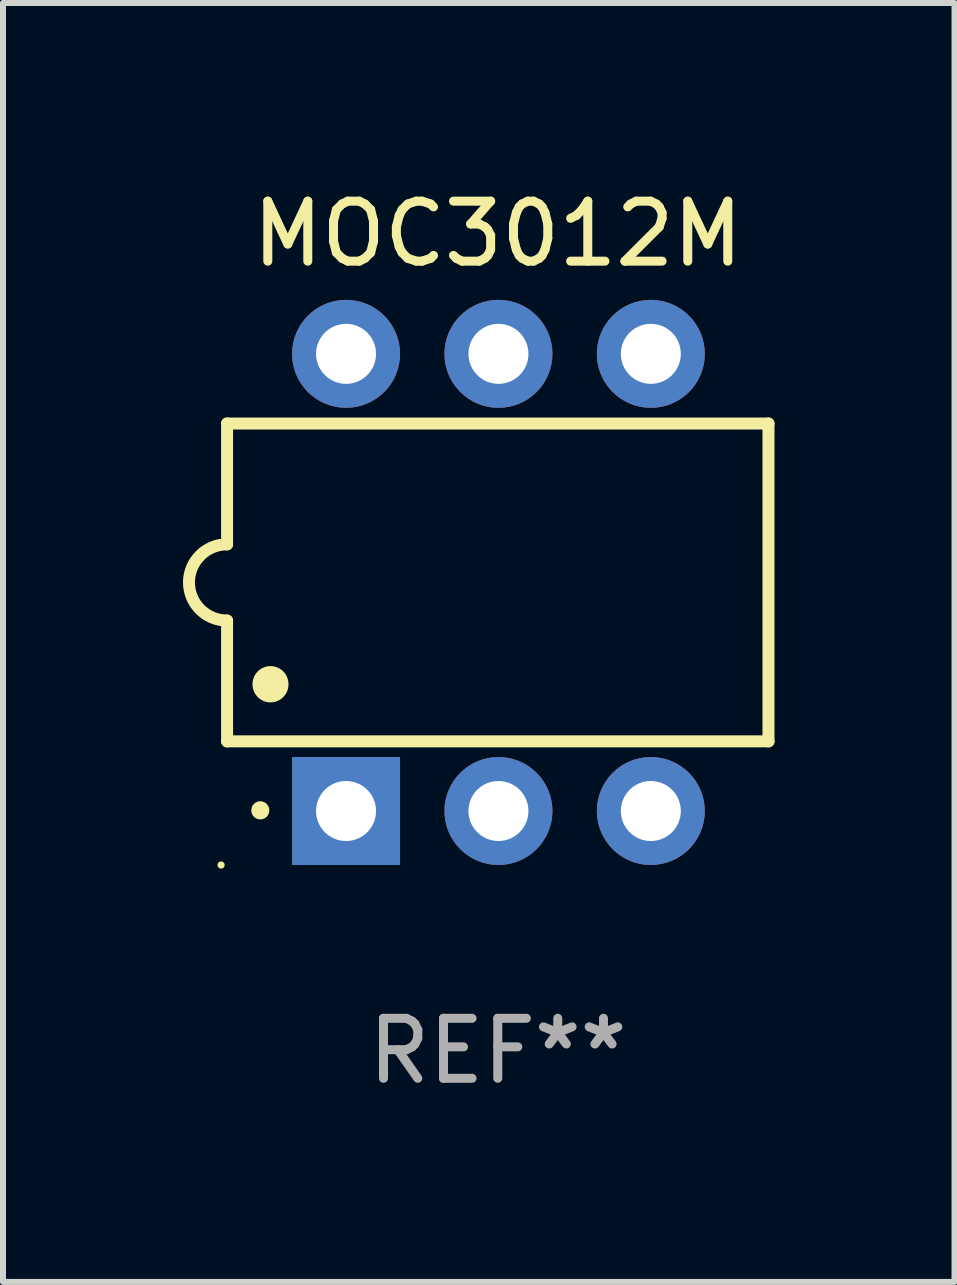
<source format=kicad_pcb>
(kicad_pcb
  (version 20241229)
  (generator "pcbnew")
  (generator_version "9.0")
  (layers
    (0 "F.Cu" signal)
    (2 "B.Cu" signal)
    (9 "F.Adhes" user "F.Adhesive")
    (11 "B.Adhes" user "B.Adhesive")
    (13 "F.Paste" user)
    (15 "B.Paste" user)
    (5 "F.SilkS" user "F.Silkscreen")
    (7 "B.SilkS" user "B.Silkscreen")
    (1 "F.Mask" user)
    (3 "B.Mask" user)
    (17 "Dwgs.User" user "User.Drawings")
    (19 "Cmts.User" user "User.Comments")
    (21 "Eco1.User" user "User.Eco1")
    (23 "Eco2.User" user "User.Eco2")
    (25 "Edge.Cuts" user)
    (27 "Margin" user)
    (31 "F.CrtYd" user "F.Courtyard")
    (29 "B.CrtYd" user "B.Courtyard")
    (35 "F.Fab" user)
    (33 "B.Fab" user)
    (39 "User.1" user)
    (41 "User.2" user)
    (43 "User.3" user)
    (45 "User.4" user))
  (footprint "MOC3012M"
    (layer "F.Cu")
    (at 5.247 6.658)
    (property "Reference" "MOC3012M" (at 0 -5.81 0) (layer "F.SilkS") (effects (font (size 1 1) (thickness 0.15))))
    (attr through_hole)
    (fp_line (start -4.512 -2.649) (end 4.512 -2.649) (stroke (width 0.2) (type solid)) (layer "F.SilkS"))
    (fp_line (start -4.512 -0.635) (end -4.512 -2.649) (stroke (width 0.2) (type solid)) (layer "F.SilkS"))
    (fp_line (start -4.512 2.649) (end -4.512 0.635) (stroke (width 0.2) (type solid)) (layer "F.SilkS"))
    (fp_line (start 4.512 -2.649) (end 4.512 2.649) (stroke (width 0.2) (type solid)) (layer "F.SilkS"))
    (fp_line (start 4.512 2.649) (end -4.512 2.649) (stroke (width 0.2) (type solid)) (layer "F.SilkS"))
    (fp_arc (start -4.512319 0.635001) (mid -5.14732 0) (end -4.512319 -0.635001) (stroke (width 0.2) (type solid)) (layer "F.SilkS"))
    (fp_arc (start -3.958598 3.799848) (mid -3.958603 3.798578) (end -3.958598 3.797308) (stroke (width 0.3) (type solid)) (layer "F.SilkS"))
    (fp_arc (start -3.788418 1.699263) (mid -3.788429 1.696723) (end -3.788418 1.694183) (stroke (width 0.6) (type solid)) (layer "F.SilkS"))
    (fp_circle (center -4.612 4.71) (end -4.582 4.71) (stroke (width 0.06) (type solid)) (fill no) (layer "F.SilkS"))
    (fp_text user "REF**" (at 0 7.81 0) (layer "F.Fab") (effects (font (size 1 1) (thickness 0.15))))
    (pad "1" thru_hole rect (at -2.529 3.81 90) (size 1.8 1.8) (drill 1) (layers "*.Cu" "*.Mask"))
    (pad "2" thru_hole circle (at 0.011 3.81) (size 1.8 1.8) (drill 1) (layers "*.Cu" "*.Mask"))
    (pad "3" thru_hole circle (at 2.551 3.81) (size 1.8 1.8) (drill 1) (layers "*.Cu" "*.Mask"))
    (pad "4" thru_hole circle (at 2.551 -3.81) (size 1.8 1.8) (drill 1) (layers "*.Cu" "*.Mask"))
    (pad "5" thru_hole circle (at 0.011 -3.81) (size 1.8 1.8) (drill 1) (layers "*.Cu" "*.Mask"))
    (pad "6" thru_hole circle (at -2.529 -3.81) (size 1.8 1.8) (drill 1) (layers "*.Cu" "*.Mask")))
  (gr_rect
    (start -3 -3)
    (end 12.86 18.317)
    (stroke (width 0.1) (type default))
    (fill no)
    (layer "Edge.Cuts")))
</source>
